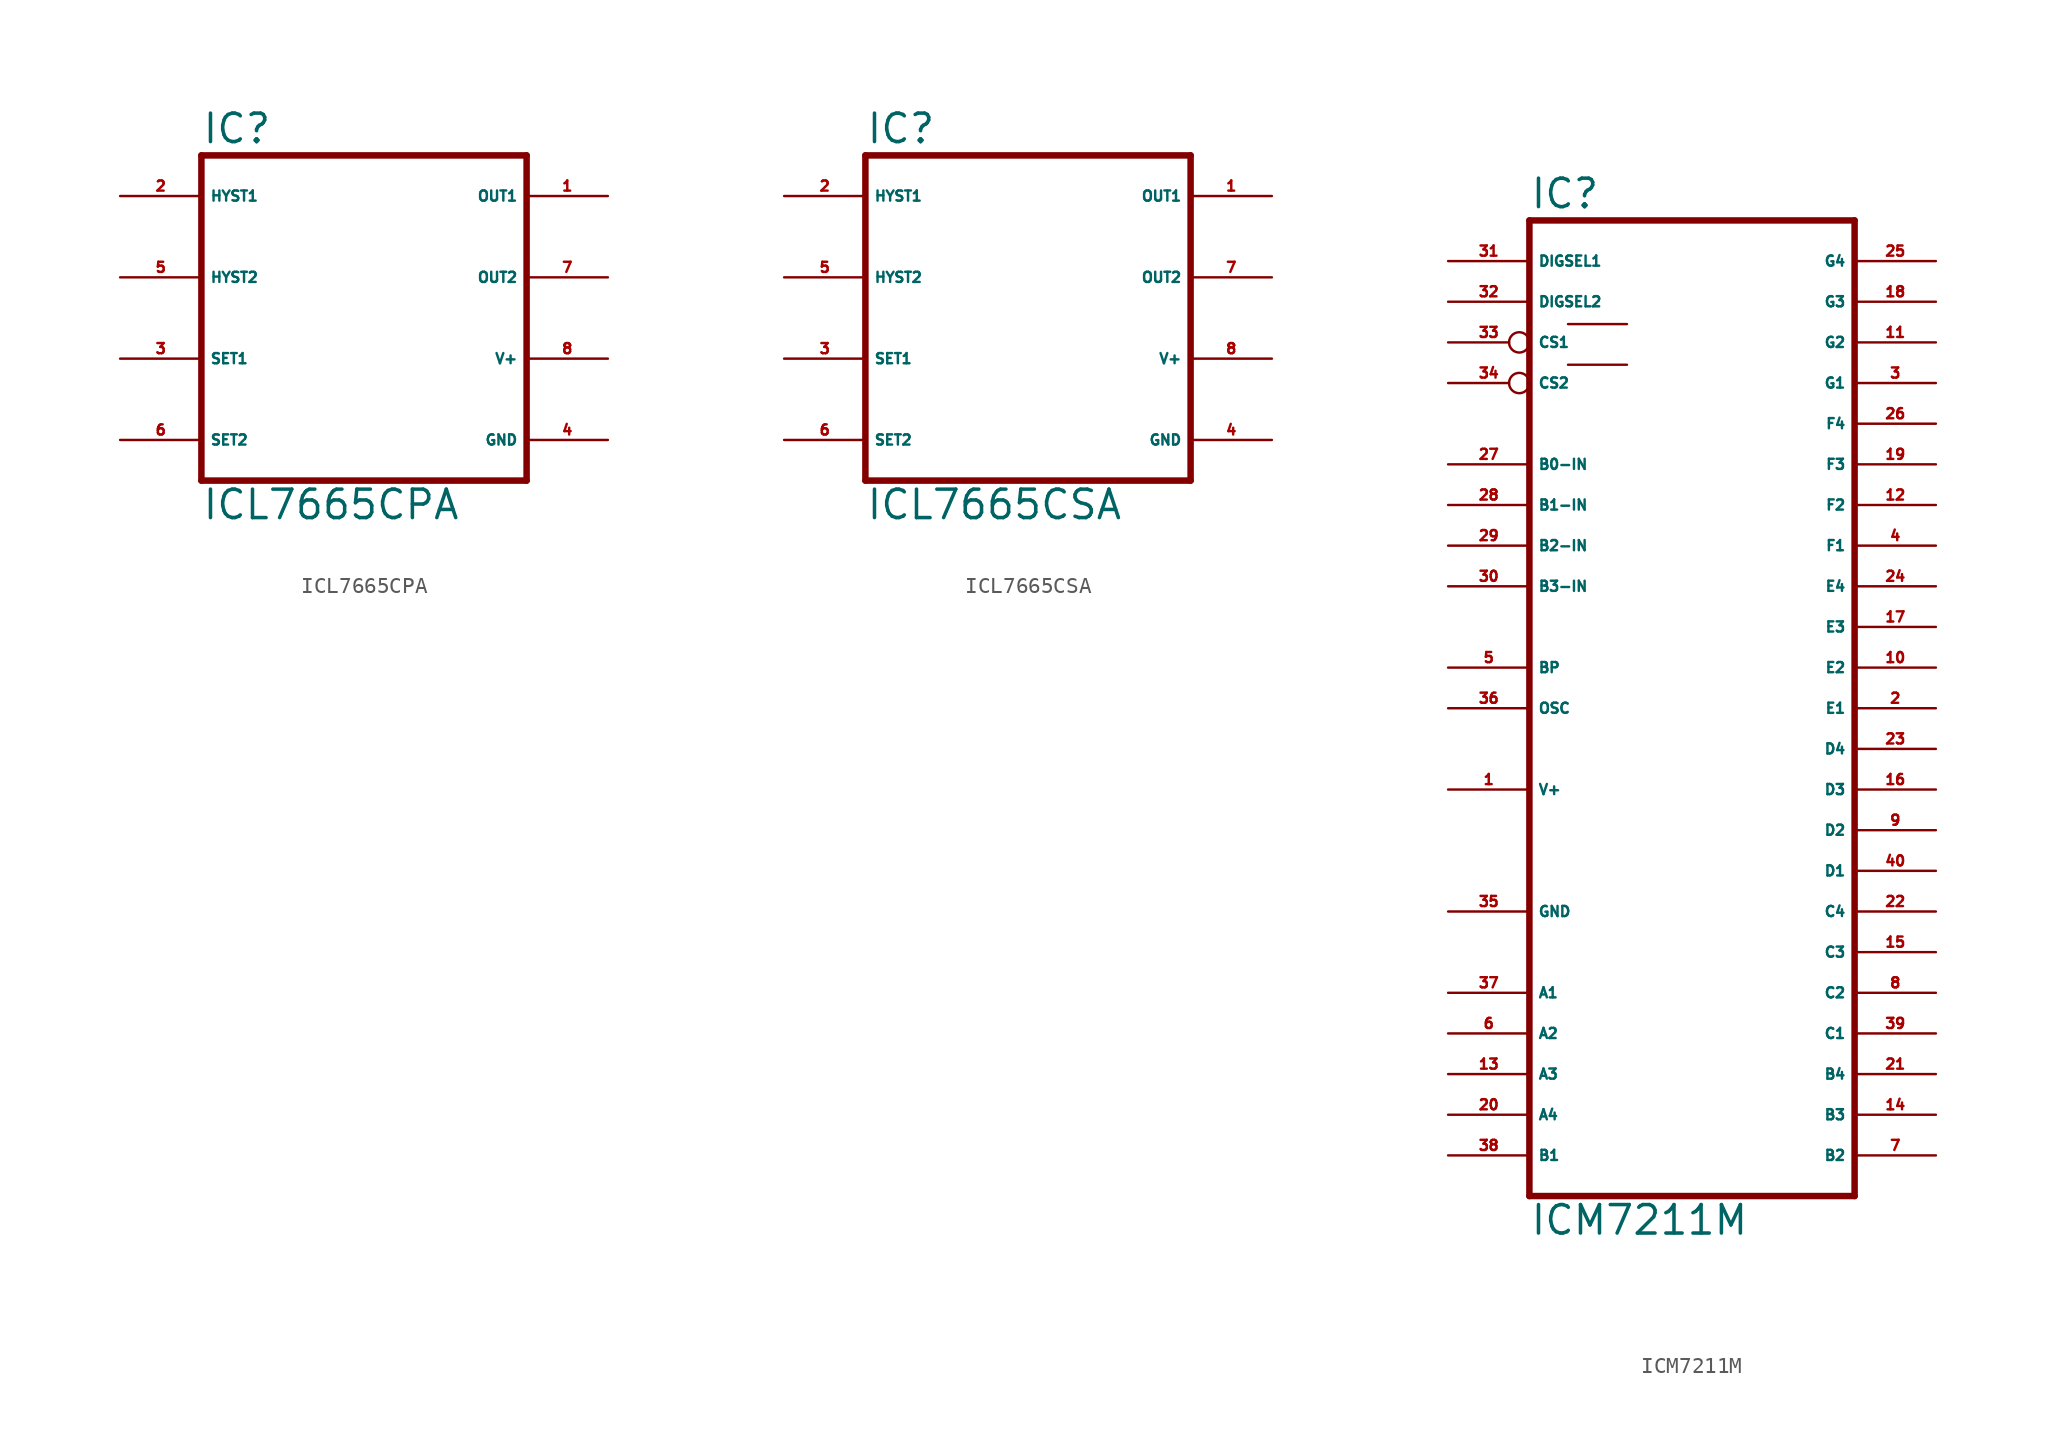
<source format=kicad_sym>
(kicad_symbol_lib
  (version 20220914)
  (generator Eagle2Kicad)
  (symbol "ICL7665CPA"
    (property "Reference" "IC"
      (at -10.16 10.795 0)
      (effects (font (size 1.778 1.778) (thickness 0.22)) (justify left bottom)))
    (property "Value" "ICL7665CPA"
      (at -10.16 -12.7 0)
      (effects (font (size 1.778 1.778) (thickness 0.22)) (justify left bottom)))
    (polyline
      (pts (xy -10.16 -10.16) (xy -10.16 10.16))
      (stroke (width 0.406) (type default))
      (fill (type none)))
    (polyline
      (pts (xy 10.16 10.16) (xy -10.16 10.16))
      (stroke (width 0.406) (type default))
      (fill (type none)))
    (polyline
      (pts (xy 10.16 10.16) (xy 10.16 -10.16))
      (stroke (width 0.406) (type default))
      (fill (type none)))
    (polyline
      (pts (xy -10.16 -10.16) (xy 10.16 -10.16))
      (stroke (width 0.406) (type default))
      (fill (type none)))
    (pin input line
      (at -15.24 7.62 0)
      (length 5.08)
      (name "HYST1" (effects (font (size 0.635 0.635) (thickness 0.08)) (justify left bottom)))
      (number "2" (effects (font (size 0.635 0.635) (thickness 0.08)) (justify left bottom))))
    (pin input line
      (at -15.24 -2.54 0)
      (length 5.08)
      (name "SET1" (effects (font (size 0.635 0.635) (thickness 0.08)) (justify left bottom)))
      (number "3" (effects (font (size 0.635 0.635) (thickness 0.08)) (justify left bottom))))
    (pin input line
      (at -15.24 -7.62 0)
      (length 5.08)
      (name "SET2" (effects (font (size 0.635 0.635) (thickness 0.08)) (justify left bottom)))
      (number "6" (effects (font (size 0.635 0.635) (thickness 0.08)) (justify left bottom))))
    (pin output line
      (at 15.24 7.62 180)
      (length 5.08)
      (name "OUT1" (effects (font (size 0.635 0.635) (thickness 0.08)) (justify left bottom)))
      (number "1" (effects (font (size 0.635 0.635) (thickness 0.08)) (justify left bottom))))
    (pin unspecified line
      (at 15.24 -7.62 180)
      (length 5.08)
      (name "GND" (effects (font (size 0.635 0.635) (thickness 0.08)) (justify left bottom)))
      (number "4" (effects (font (size 0.635 0.635) (thickness 0.08)) (justify left bottom))))
    (pin unspecified line
      (at 15.24 -2.54 180)
      (length 5.08)
      (name "V+" (effects (font (size 0.635 0.635) (thickness 0.08)) (justify left bottom)))
      (number "8" (effects (font (size 0.635 0.635) (thickness 0.08)) (justify left bottom))))
    (pin output line
      (at 15.24 2.54 180)
      (length 5.08)
      (name "OUT2" (effects (font (size 0.635 0.635) (thickness 0.08)) (justify left bottom)))
      (number "7" (effects (font (size 0.635 0.635) (thickness 0.08)) (justify left bottom))))
    (pin input line
      (at -15.24 2.54 0)
      (length 5.08)
      (name "HYST2" (effects (font (size 0.635 0.635) (thickness 0.08)) (justify left bottom)))
      (number "5" (effects (font (size 0.635 0.635) (thickness 0.08)) (justify left bottom)))))
  (symbol "ICL7665CSA"
    (property "Reference" "IC"
      (at -10.16 10.795 0)
      (effects (font (size 1.778 1.778) (thickness 0.22)) (justify left bottom)))
    (property "Value" "ICL7665CSA"
      (at -10.16 -12.7 0)
      (effects (font (size 1.778 1.778) (thickness 0.22)) (justify left bottom)))
    (polyline
      (pts (xy -10.16 -10.16) (xy -10.16 10.16))
      (stroke (width 0.406) (type default))
      (fill (type none)))
    (polyline
      (pts (xy 10.16 10.16) (xy -10.16 10.16))
      (stroke (width 0.406) (type default))
      (fill (type none)))
    (polyline
      (pts (xy 10.16 10.16) (xy 10.16 -10.16))
      (stroke (width 0.406) (type default))
      (fill (type none)))
    (polyline
      (pts (xy -10.16 -10.16) (xy 10.16 -10.16))
      (stroke (width 0.406) (type default))
      (fill (type none)))
    (pin input line
      (at -15.24 7.62 0)
      (length 5.08)
      (name "HYST1" (effects (font (size 0.635 0.635) (thickness 0.08)) (justify left bottom)))
      (number "2" (effects (font (size 0.635 0.635) (thickness 0.08)) (justify left bottom))))
    (pin input line
      (at -15.24 -2.54 0)
      (length 5.08)
      (name "SET1" (effects (font (size 0.635 0.635) (thickness 0.08)) (justify left bottom)))
      (number "3" (effects (font (size 0.635 0.635) (thickness 0.08)) (justify left bottom))))
    (pin input line
      (at -15.24 -7.62 0)
      (length 5.08)
      (name "SET2" (effects (font (size 0.635 0.635) (thickness 0.08)) (justify left bottom)))
      (number "6" (effects (font (size 0.635 0.635) (thickness 0.08)) (justify left bottom))))
    (pin output line
      (at 15.24 7.62 180)
      (length 5.08)
      (name "OUT1" (effects (font (size 0.635 0.635) (thickness 0.08)) (justify left bottom)))
      (number "1" (effects (font (size 0.635 0.635) (thickness 0.08)) (justify left bottom))))
    (pin unspecified line
      (at 15.24 -7.62 180)
      (length 5.08)
      (name "GND" (effects (font (size 0.635 0.635) (thickness 0.08)) (justify left bottom)))
      (number "4" (effects (font (size 0.635 0.635) (thickness 0.08)) (justify left bottom))))
    (pin unspecified line
      (at 15.24 -2.54 180)
      (length 5.08)
      (name "V+" (effects (font (size 0.635 0.635) (thickness 0.08)) (justify left bottom)))
      (number "8" (effects (font (size 0.635 0.635) (thickness 0.08)) (justify left bottom))))
    (pin output line
      (at 15.24 2.54 180)
      (length 5.08)
      (name "OUT2" (effects (font (size 0.635 0.635) (thickness 0.08)) (justify left bottom)))
      (number "7" (effects (font (size 0.635 0.635) (thickness 0.08)) (justify left bottom))))
    (pin input line
      (at -15.24 2.54 0)
      (length 5.08)
      (name "HYST2" (effects (font (size 0.635 0.635) (thickness 0.08)) (justify left bottom)))
      (number "5" (effects (font (size 0.635 0.635) (thickness 0.08)) (justify left bottom)))))
  (symbol "ICM7211M"
    (property "Reference" "IC"
      (at -10.16 31.115 0)
      (effects (font (size 1.778 1.778) (thickness 0.22)) (justify left bottom)))
    (property "Value" "ICM7211M"
      (at -10.16 -33.02 0)
      (effects (font (size 1.778 1.778) (thickness 0.22)) (justify left bottom)))
    (polyline
      (pts (xy -10.16 -30.48) (xy 10.16 -30.48))
      (stroke (width 0.406) (type default))
      (fill (type none)))
    (polyline
      (pts (xy 10.16 30.48) (xy 10.16 -30.48))
      (stroke (width 0.406) (type default))
      (fill (type none)))
    (polyline
      (pts (xy 10.16 30.48) (xy -10.16 30.48))
      (stroke (width 0.406) (type default))
      (fill (type none)))
    (polyline
      (pts (xy -10.16 -30.48) (xy -10.16 30.48))
      (stroke (width 0.406) (type default))
      (fill (type none)))
    (polyline
      (pts (xy -7.747 21.463) (xy -4.064 21.463))
      (stroke (width 0.152) (type default))
      (fill (type none)))
    (polyline
      (pts (xy -7.747 24.003) (xy -4.064 24.003))
      (stroke (width 0.152) (type default))
      (fill (type none)))
    (pin input line
      (at -15.24 27.94 0)
      (length 5.08)
      (name "DIGSEL1" (effects (font (size 0.635 0.635) (thickness 0.08)) (justify left bottom)))
      (number "31" (effects (font (size 0.635 0.635) (thickness 0.08)) (justify left bottom))))
    (pin input line
      (at -15.24 25.4 0)
      (length 5.08)
      (name "DIGSEL2" (effects (font (size 0.635 0.635) (thickness 0.08)) (justify left bottom)))
      (number "32" (effects (font (size 0.635 0.635) (thickness 0.08)) (justify left bottom))))
    (pin input inverted
      (at -15.24 22.86 0)
      (length 5.08)
      (name "CS1" (effects (font (size 0.635 0.635) (thickness 0.08)) (justify left bottom)))
      (number "33" (effects (font (size 0.635 0.635) (thickness 0.08)) (justify left bottom))))
    (pin output line
      (at 15.24 20.32 180)
      (length 5.08)
      (name "G1" (effects (font (size 0.635 0.635) (thickness 0.08)) (justify left bottom)))
      (number "3" (effects (font (size 0.635 0.635) (thickness 0.08)) (justify left bottom))))
    (pin output line
      (at 15.24 17.78 180)
      (length 5.08)
      (name "F4" (effects (font (size 0.635 0.635) (thickness 0.08)) (justify left bottom)))
      (number "26" (effects (font (size 0.635 0.635) (thickness 0.08)) (justify left bottom))))
    (pin output line
      (at 15.24 15.24 180)
      (length 5.08)
      (name "F3" (effects (font (size 0.635 0.635) (thickness 0.08)) (justify left bottom)))
      (number "19" (effects (font (size 0.635 0.635) (thickness 0.08)) (justify left bottom))))
    (pin output line
      (at 15.24 12.7 180)
      (length 5.08)
      (name "F2" (effects (font (size 0.635 0.635) (thickness 0.08)) (justify left bottom)))
      (number "12" (effects (font (size 0.635 0.635) (thickness 0.08)) (justify left bottom))))
    (pin output line
      (at 15.24 10.16 180)
      (length 5.08)
      (name "F1" (effects (font (size 0.635 0.635) (thickness 0.08)) (justify left bottom)))
      (number "4" (effects (font (size 0.635 0.635) (thickness 0.08)) (justify left bottom))))
    (pin input inverted
      (at -15.24 20.32 0)
      (length 5.08)
      (name "CS2" (effects (font (size 0.635 0.635) (thickness 0.08)) (justify left bottom)))
      (number "34" (effects (font (size 0.635 0.635) (thickness 0.08)) (justify left bottom))))
    (pin output line
      (at 15.24 5.08 180)
      (length 5.08)
      (name "E3" (effects (font (size 0.635 0.635) (thickness 0.08)) (justify left bottom)))
      (number "17" (effects (font (size 0.635 0.635) (thickness 0.08)) (justify left bottom))))
    (pin output line
      (at 15.24 7.62 180)
      (length 5.08)
      (name "E4" (effects (font (size 0.635 0.635) (thickness 0.08)) (justify left bottom)))
      (number "24" (effects (font (size 0.635 0.635) (thickness 0.08)) (justify left bottom))))
    (pin output line
      (at 15.24 27.94 180)
      (length 5.08)
      (name "G4" (effects (font (size 0.635 0.635) (thickness 0.08)) (justify left bottom)))
      (number "25" (effects (font (size 0.635 0.635) (thickness 0.08)) (justify left bottom))))
    (pin output line
      (at 15.24 25.4 180)
      (length 5.08)
      (name "G3" (effects (font (size 0.635 0.635) (thickness 0.08)) (justify left bottom)))
      (number "18" (effects (font (size 0.635 0.635) (thickness 0.08)) (justify left bottom))))
    (pin output line
      (at 15.24 22.86 180)
      (length 5.08)
      (name "G2" (effects (font (size 0.635 0.635) (thickness 0.08)) (justify left bottom)))
      (number "11" (effects (font (size 0.635 0.635) (thickness 0.08)) (justify left bottom))))
    (pin unspecified line
      (at -15.24 -12.7 0)
      (length 5.08)
      (name "GND" (effects (font (size 0.635 0.635) (thickness 0.08)) (justify left bottom)))
      (number "35" (effects (font (size 0.635 0.635) (thickness 0.08)) (justify left bottom))))
    (pin unspecified line
      (at -15.24 -5.08 0)
      (length 5.08)
      (name "V+" (effects (font (size 0.635 0.635) (thickness 0.08)) (justify left bottom)))
      (number "1" (effects (font (size 0.635 0.635) (thickness 0.08)) (justify left bottom))))
    (pin input line
      (at -15.24 15.24 0)
      (length 5.08)
      (name "B0-IN" (effects (font (size 0.635 0.635) (thickness 0.08)) (justify left bottom)))
      (number "27" (effects (font (size 0.635 0.635) (thickness 0.08)) (justify left bottom))))
    (pin input line
      (at -15.24 12.7 0)
      (length 5.08)
      (name "B1-IN" (effects (font (size 0.635 0.635) (thickness 0.08)) (justify left bottom)))
      (number "28" (effects (font (size 0.635 0.635) (thickness 0.08)) (justify left bottom))))
    (pin input line
      (at -15.24 10.16 0)
      (length 5.08)
      (name "B2-IN" (effects (font (size 0.635 0.635) (thickness 0.08)) (justify left bottom)))
      (number "29" (effects (font (size 0.635 0.635) (thickness 0.08)) (justify left bottom))))
    (pin input line
      (at -15.24 7.62 0)
      (length 5.08)
      (name "B3-IN" (effects (font (size 0.635 0.635) (thickness 0.08)) (justify left bottom)))
      (number "30" (effects (font (size 0.635 0.635) (thickness 0.08)) (justify left bottom))))
    (pin input line
      (at -15.24 2.54 0)
      (length 5.08)
      (name "BP" (effects (font (size 0.635 0.635) (thickness 0.08)) (justify left bottom)))
      (number "5" (effects (font (size 0.635 0.635) (thickness 0.08)) (justify left bottom))))
    (pin input line
      (at -15.24 0 0)
      (length 5.08)
      (name "OSC" (effects (font (size 0.635 0.635) (thickness 0.08)) (justify left bottom)))
      (number "36" (effects (font (size 0.635 0.635) (thickness 0.08)) (justify left bottom))))
    (pin output line
      (at -15.24 -17.78 0)
      (length 5.08)
      (name "A1" (effects (font (size 0.635 0.635) (thickness 0.08)) (justify left bottom)))
      (number "37" (effects (font (size 0.635 0.635) (thickness 0.08)) (justify left bottom))))
    (pin output line
      (at -15.24 -20.32 0)
      (length 5.08)
      (name "A2" (effects (font (size 0.635 0.635) (thickness 0.08)) (justify left bottom)))
      (number "6" (effects (font (size 0.635 0.635) (thickness 0.08)) (justify left bottom))))
    (pin output line
      (at -15.24 -22.86 0)
      (length 5.08)
      (name "A3" (effects (font (size 0.635 0.635) (thickness 0.08)) (justify left bottom)))
      (number "13" (effects (font (size 0.635 0.635) (thickness 0.08)) (justify left bottom))))
    (pin output line
      (at -15.24 -25.4 0)
      (length 5.08)
      (name "A4" (effects (font (size 0.635 0.635) (thickness 0.08)) (justify left bottom)))
      (number "20" (effects (font (size 0.635 0.635) (thickness 0.08)) (justify left bottom))))
    (pin output line
      (at -15.24 -27.94 0)
      (length 5.08)
      (name "B1" (effects (font (size 0.635 0.635) (thickness 0.08)) (justify left bottom)))
      (number "38" (effects (font (size 0.635 0.635) (thickness 0.08)) (justify left bottom))))
    (pin output line
      (at 15.24 -27.94 180)
      (length 5.08)
      (name "B2" (effects (font (size 0.635 0.635) (thickness 0.08)) (justify left bottom)))
      (number "7" (effects (font (size 0.635 0.635) (thickness 0.08)) (justify left bottom))))
    (pin output line
      (at 15.24 2.54 180)
      (length 5.08)
      (name "E2" (effects (font (size 0.635 0.635) (thickness 0.08)) (justify left bottom)))
      (number "10" (effects (font (size 0.635 0.635) (thickness 0.08)) (justify left bottom))))
    (pin output line
      (at 15.24 0 180)
      (length 5.08)
      (name "E1" (effects (font (size 0.635 0.635) (thickness 0.08)) (justify left bottom)))
      (number "2" (effects (font (size 0.635 0.635) (thickness 0.08)) (justify left bottom))))
    (pin output line
      (at 15.24 -2.54 180)
      (length 5.08)
      (name "D4" (effects (font (size 0.635 0.635) (thickness 0.08)) (justify left bottom)))
      (number "23" (effects (font (size 0.635 0.635) (thickness 0.08)) (justify left bottom))))
    (pin output line
      (at 15.24 -5.08 180)
      (length 5.08)
      (name "D3" (effects (font (size 0.635 0.635) (thickness 0.08)) (justify left bottom)))
      (number "16" (effects (font (size 0.635 0.635) (thickness 0.08)) (justify left bottom))))
    (pin output line
      (at 15.24 -7.62 180)
      (length 5.08)
      (name "D2" (effects (font (size 0.635 0.635) (thickness 0.08)) (justify left bottom)))
      (number "9" (effects (font (size 0.635 0.635) (thickness 0.08)) (justify left bottom))))
    (pin output line
      (at 15.24 -10.16 180)
      (length 5.08)
      (name "D1" (effects (font (size 0.635 0.635) (thickness 0.08)) (justify left bottom)))
      (number "40" (effects (font (size 0.635 0.635) (thickness 0.08)) (justify left bottom))))
    (pin output line
      (at 15.24 -12.7 180)
      (length 5.08)
      (name "C4" (effects (font (size 0.635 0.635) (thickness 0.08)) (justify left bottom)))
      (number "22" (effects (font (size 0.635 0.635) (thickness 0.08)) (justify left bottom))))
    (pin output line
      (at 15.24 -15.24 180)
      (length 5.08)
      (name "C3" (effects (font (size 0.635 0.635) (thickness 0.08)) (justify left bottom)))
      (number "15" (effects (font (size 0.635 0.635) (thickness 0.08)) (justify left bottom))))
    (pin output line
      (at 15.24 -17.78 180)
      (length 5.08)
      (name "C2" (effects (font (size 0.635 0.635) (thickness 0.08)) (justify left bottom)))
      (number "8" (effects (font (size 0.635 0.635) (thickness 0.08)) (justify left bottom))))
    (pin output line
      (at 15.24 -20.32 180)
      (length 5.08)
      (name "C1" (effects (font (size 0.635 0.635) (thickness 0.08)) (justify left bottom)))
      (number "39" (effects (font (size 0.635 0.635) (thickness 0.08)) (justify left bottom))))
    (pin output line
      (at 15.24 -22.86 180)
      (length 5.08)
      (name "B4" (effects (font (size 0.635 0.635) (thickness 0.08)) (justify left bottom)))
      (number "21" (effects (font (size 0.635 0.635) (thickness 0.08)) (justify left bottom))))
    (pin output line
      (at 15.24 -25.4 180)
      (length 5.08)
      (name "B3" (effects (font (size 0.635 0.635) (thickness 0.08)) (justify left bottom)))
      (number "14" (effects (font (size 0.635 0.635) (thickness 0.08)) (justify left bottom))))))
</source>
